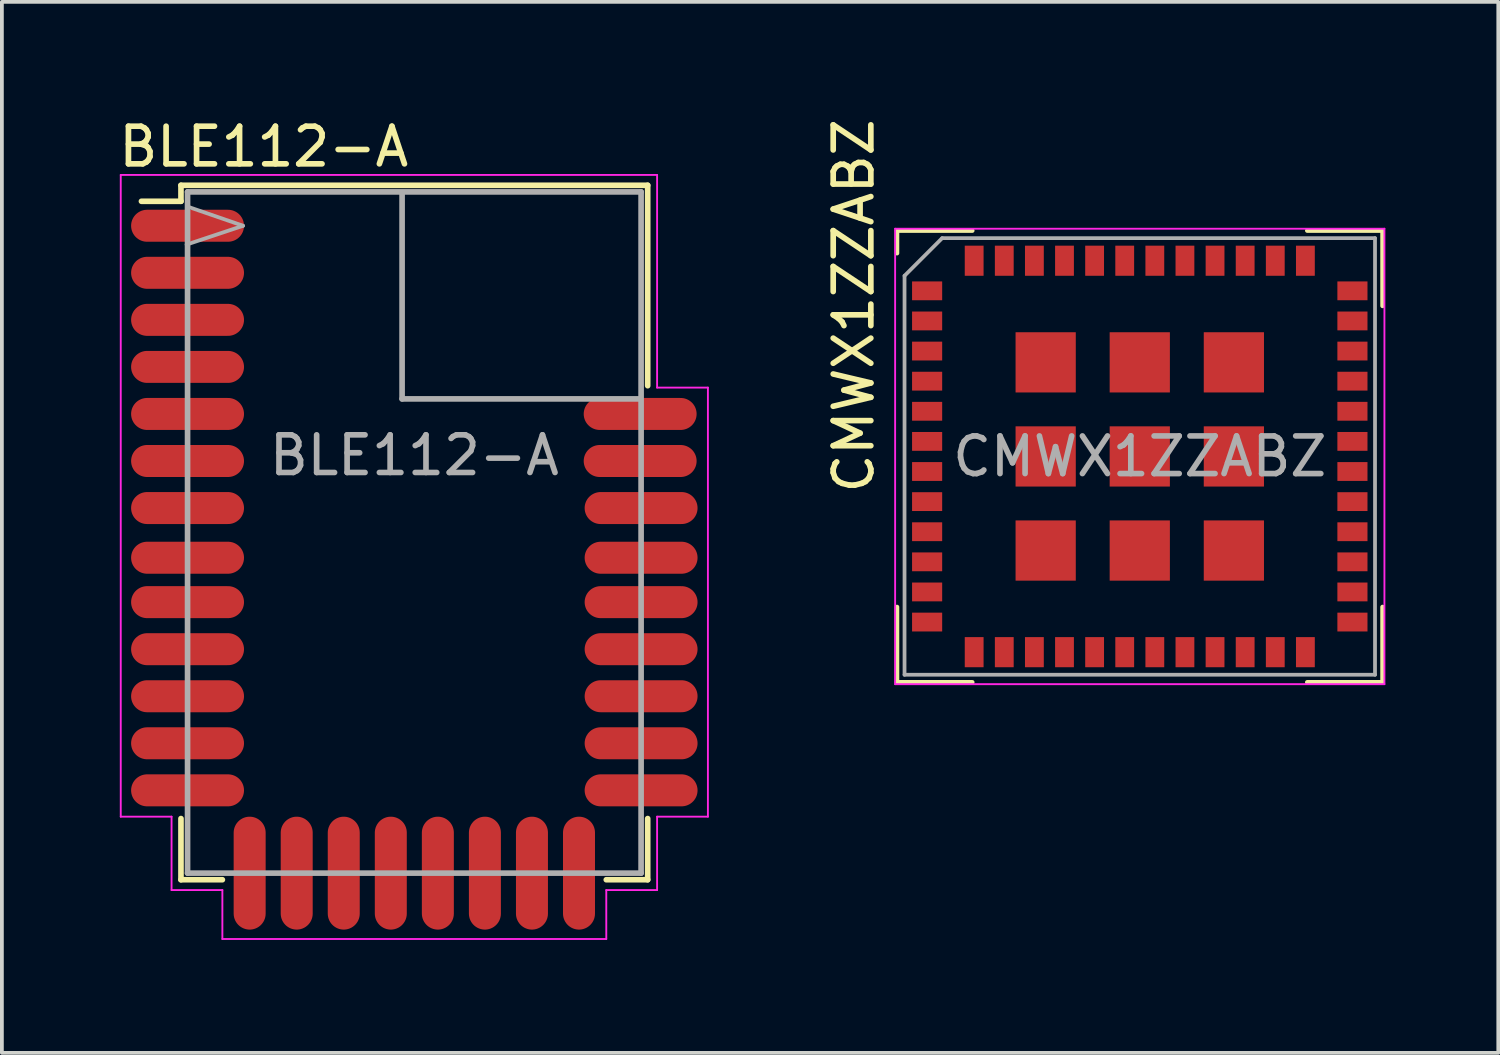
<source format=kicad_pcb>
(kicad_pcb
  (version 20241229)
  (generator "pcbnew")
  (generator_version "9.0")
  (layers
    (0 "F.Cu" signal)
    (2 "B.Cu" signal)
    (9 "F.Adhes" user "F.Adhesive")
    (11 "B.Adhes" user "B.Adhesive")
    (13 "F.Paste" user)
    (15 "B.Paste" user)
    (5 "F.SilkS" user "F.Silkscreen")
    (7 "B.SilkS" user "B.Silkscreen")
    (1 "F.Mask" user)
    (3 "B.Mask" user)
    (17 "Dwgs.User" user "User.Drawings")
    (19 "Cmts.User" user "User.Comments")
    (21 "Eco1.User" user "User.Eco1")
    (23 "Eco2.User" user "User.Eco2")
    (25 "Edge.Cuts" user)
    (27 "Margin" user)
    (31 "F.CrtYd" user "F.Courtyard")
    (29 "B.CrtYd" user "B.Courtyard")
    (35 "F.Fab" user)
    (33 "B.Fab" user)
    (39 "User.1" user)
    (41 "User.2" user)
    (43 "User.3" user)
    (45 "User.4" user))
  (footprint "BLE112-A"
    (layer "F.Cu")
    (at 7.958 11.548)
    (property "Reference" "BLE112-A" (at -4 -10.7 0) (layer "F.SilkS") (effects (font (size 1 1) (thickness 0.15))))
    (attr smd)
    (fp_line (start -6.2 -9.675) (end -6.2 -9.25) (stroke (width 0.15) (type solid)) (layer "F.SilkS"))
    (fp_line (start -6.2 -9.25) (end -7.25 -9.25) (stroke (width 0.15) (type solid)) (layer "F.SilkS"))
    (fp_line (start -6.2 8.775) (end -6.2 7.15) (stroke (width 0.15) (type solid)) (layer "F.SilkS"))
    (fp_line (start -5.1 8.775) (end -6.2 8.775) (stroke (width 0.15) (type solid)) (layer "F.SilkS"))
    (fp_line (start 5.1 8.775) (end 6.2 8.775) (stroke (width 0.15) (type solid)) (layer "F.SilkS"))
    (fp_line (start 6.2 -9.675) (end -6.2 -9.675) (stroke (width 0.15) (type solid)) (layer "F.SilkS"))
    (fp_line (start 6.2 -4.35) (end 6.2 -9.675) (stroke (width 0.15) (type solid)) (layer "F.SilkS"))
    (fp_line (start 6.2 8.775) (end 6.2 7.15) (stroke (width 0.15) (type solid)) (layer "F.SilkS"))
    (fp_line (start -7.8 -9.95) (end -7.8 7.1) (stroke (width 0.05) (type solid)) (layer "F.CrtYd"))
    (fp_line (start -7.8 7.1) (end -6.45 7.1) (stroke (width 0.05) (type solid)) (layer "F.CrtYd"))
    (fp_line (start -6.45 7.1) (end -6.45 9.05) (stroke (width 0.05) (type solid)) (layer "F.CrtYd"))
    (fp_line (start -6.45 9.05) (end -5.1 9.05) (stroke (width 0.05) (type solid)) (layer "F.CrtYd"))
    (fp_line (start -5.1 9.05) (end -5.1 10.35) (stroke (width 0.05) (type solid)) (layer "F.CrtYd"))
    (fp_line (start -5.1 10.35) (end 5.1 10.35) (stroke (width 0.05) (type solid)) (layer "F.CrtYd"))
    (fp_line (start 5.1 9.05) (end 6.45 9.05) (stroke (width 0.05) (type solid)) (layer "F.CrtYd"))
    (fp_line (start 5.1 10.35) (end 5.1 9.05) (stroke (width 0.05) (type solid)) (layer "F.CrtYd"))
    (fp_line (start 6.45 -9.95) (end -7.8 -9.95) (stroke (width 0.05) (type solid)) (layer "F.CrtYd"))
    (fp_line (start 6.45 -4.3) (end 6.45 -9.95) (stroke (width 0.05) (type solid)) (layer "F.CrtYd"))
    (fp_line (start 6.45 7.1) (end 7.8 7.1) (stroke (width 0.05) (type solid)) (layer "F.CrtYd"))
    (fp_line (start 6.45 9.05) (end 6.45 7.1) (stroke (width 0.05) (type solid)) (layer "F.CrtYd"))
    (fp_line (start 7.8 -4.3) (end 6.45 -4.3) (stroke (width 0.05) (type solid)) (layer "F.CrtYd"))
    (fp_line (start 7.8 7.1) (end 7.8 -4.3) (stroke (width 0.05) (type solid)) (layer "F.CrtYd"))
    (fp_line (start -6.025 -9.5) (end -6.025 8.6) (stroke (width 0.15) (type solid)) (layer "F.Fab"))
    (fp_line (start -6.025 8.6) (end 6.025 8.6) (stroke (width 0.15) (type solid)) (layer "F.Fab"))
    (fp_line (start -6 -9.1) (end -4.55 -8.6) (stroke (width 0.1) (type solid)) (layer "F.Fab"))
    (fp_line (start -4.55 -8.6) (end -6.05 -8.1) (stroke (width 0.1) (type solid)) (layer "F.Fab"))
    (fp_line (start -0.325 -4) (end -0.325 -9.45) (stroke (width 0.15) (type solid)) (layer "F.Fab"))
    (fp_line (start 6 -4) (end -0.325 -4) (stroke (width 0.15) (type solid)) (layer "F.Fab"))
    (fp_line (start 6.025 -9.5) (end -6.025 -9.5) (stroke (width 0.15) (type solid)) (layer "F.Fab"))
    (fp_line (start 6.025 8.6) (end 6.025 -9.5) (stroke (width 0.15) (type solid)) (layer "F.Fab"))
    (fp_text user "${REFERENCE}" (at 0 -2.5 0) (layer "F.Fab") (effects (font (size 1 1) (thickness 0.15))))
    (pad "1" smd oval (at -6.025 -8.6) (size 3 0.85) (layers "F.Cu" "F.Mask" "F.Paste"))
    (pad "2" smd oval (at -6.025 -7.35) (size 3 0.85) (layers "F.Cu" "F.Mask" "F.Paste"))
    (pad "3" smd oval (at -6.025 -6.1) (size 3 0.85) (layers "F.Cu" "F.Mask" "F.Paste"))
    (pad "4" smd oval (at -6.025 -4.85) (size 3 0.85) (layers "F.Cu" "F.Mask" "F.Paste"))
    (pad "5" smd oval (at -6.025 -3.6) (size 3 0.85) (layers "F.Cu" "F.Mask" "F.Paste"))
    (pad "6" smd oval (at -6.025 -2.35) (size 3 0.85) (layers "F.Cu" "F.Mask" "F.Paste"))
    (pad "7" smd oval (at -6.025 -1.1) (size 3 0.85) (layers "F.Cu" "F.Mask" "F.Paste"))
    (pad "8" smd oval (at -6.025 0.22) (size 3 0.85) (layers "F.Cu" "F.Mask" "F.Paste"))
    (pad "9" smd oval (at -6.025 1.4) (size 3 0.85) (layers "F.Cu" "F.Mask" "F.Paste"))
    (pad "10" smd oval (at -6.025 2.65) (size 3 0.85) (layers "F.Cu" "F.Mask" "F.Paste"))
    (pad "11" smd oval (at -6.025 3.9) (size 3 0.85) (layers "F.Cu" "F.Mask" "F.Paste"))
    (pad "12" smd oval (at -6.025 5.15) (size 3 0.85) (layers "F.Cu" "F.Mask" "F.Paste"))
    (pad "13" smd oval (at -6.025 6.4) (size 3 0.85) (layers "F.Cu" "F.Mask" "F.Paste"))
    (pad "14" smd oval (at -4.375 8.6 90) (size 3 0.85) (layers "F.Cu" "F.Mask" "F.Paste"))
    (pad "15" smd oval (at -3.125 8.6 90) (size 3 0.85) (layers "F.Cu" "F.Mask" "F.Paste"))
    (pad "16" smd oval (at -1.875 8.6 90) (size 3 0.85) (layers "F.Cu" "F.Mask" "F.Paste"))
    (pad "17" smd oval (at -0.625 8.6 90) (size 3 0.85) (layers "F.Cu" "F.Mask" "F.Paste"))
    (pad "18" smd oval (at 0.625 8.6 90) (size 3 0.85) (layers "F.Cu" "F.Mask" "F.Paste"))
    (pad "19" smd oval (at 1.875 8.6 90) (size 3 0.85) (layers "F.Cu" "F.Mask" "F.Paste"))
    (pad "20" smd oval (at 3.125 8.6 90) (size 3 0.85) (layers "F.Cu" "F.Mask" "F.Paste"))
    (pad "21" smd oval (at 4.375 8.6 90) (size 3 0.85) (layers "F.Cu" "F.Mask" "F.Paste"))
    (pad "22" smd oval (at 6.025 6.4) (size 3 0.85) (layers "F.Cu" "F.Mask" "F.Paste"))
    (pad "23" smd oval (at 6.025 5.15) (size 3 0.85) (layers "F.Cu" "F.Mask" "F.Paste"))
    (pad "24" smd oval (at 6.025 3.9) (size 3 0.85) (layers "F.Cu" "F.Mask" "F.Paste"))
    (pad "25" smd oval (at 6.025 2.65) (size 3 0.85) (layers "F.Cu" "F.Mask" "F.Paste"))
    (pad "26" smd oval (at 6.025 1.4) (size 3 0.85) (layers "F.Cu" "F.Mask" "F.Paste"))
    (pad "27" smd oval (at 6.025 0.22) (size 3 0.85) (layers "F.Cu" "F.Mask" "F.Paste"))
    (pad "28" smd oval (at 6.025 -1.1) (size 3 0.85) (layers "F.Cu" "F.Mask" "F.Paste"))
    (pad "29" smd oval (at 6 -2.35) (size 3 0.85) (layers "F.Cu" "F.Mask" "F.Paste"))
    (pad "30" smd oval (at 6 -3.6) (size 3 0.85) (layers "F.Cu" "F.Mask" "F.Paste")))
  (footprint "CMWX1ZZABZ"
    (layer "F.Cu")
    (at 27.232 9.077)
    (property "Reference" "CMWX1ZZABZ" (at -7.6 -4 270) (layer "F.SilkS") (effects (font (size 1 1) (thickness 0.15))))
    (attr smd)
    (fp_line (start -6.45 -6) (end -6.45 -5.4) (stroke (width 0.12) (type solid)) (layer "F.SilkS"))
    (fp_line (start -6.45 -6) (end -4.45 -6) (stroke (width 0.12) (type solid)) (layer "F.SilkS"))
    (fp_line (start -6.45 4) (end -6.45 6) (stroke (width 0.12) (type solid)) (layer "F.SilkS"))
    (fp_line (start -6.45 6) (end -4.45 6) (stroke (width 0.12) (type solid)) (layer "F.SilkS"))
    (fp_line (start 4.45 -6) (end 6.45 -6) (stroke (width 0.12) (type solid)) (layer "F.SilkS"))
    (fp_line (start 4.45 6) (end 6.45 6) (stroke (width 0.12) (type solid)) (layer "F.SilkS"))
    (fp_line (start 6.45 -6) (end 6.45 -4) (stroke (width 0.12) (type solid)) (layer "F.SilkS"))
    (fp_line (start 6.45 4) (end 6.45 6) (stroke (width 0.12) (type solid)) (layer "F.SilkS"))
    (fp_line (start -6.5 -6.05) (end 6.5 -6.05) (stroke (width 0.05) (type solid)) (layer "F.CrtYd"))
    (fp_line (start -6.5 6.05) (end -6.5 -6.05) (stroke (width 0.05) (type solid)) (layer "F.CrtYd"))
    (fp_line (start -6.5 6.05) (end 6.5 6.05) (stroke (width 0.05) (type solid)) (layer "F.CrtYd"))
    (fp_line (start 6.5 -6.05) (end 6.5 6.05) (stroke (width 0.05) (type solid)) (layer "F.CrtYd"))
    (fp_line (start -6.25 -4.8) (end -6.25 5.8) (stroke (width 0.1) (type solid)) (layer "F.Fab"))
    (fp_line (start -6.25 5.8) (end 6.25 5.8) (stroke (width 0.1) (type solid)) (layer "F.Fab"))
    (fp_line (start -5.25 -5.8) (end -6.25 -4.8) (stroke (width 0.1) (type solid)) (layer "F.Fab"))
    (fp_line (start -5.25 -5.8) (end 6.25 -5.8) (stroke (width 0.1) (type solid)) (layer "F.Fab"))
    (fp_line (start 6.25 -5.8) (end 6.25 5.8) (stroke (width 0.1) (type solid)) (layer "F.Fab"))
    (fp_text user "${REFERENCE}" (at 0 0 0) (layer "F.Fab") (effects (font (size 1 1) (thickness 0.15))))
    (pad "1" smd rect (at -5.65 -4.4) (size 0.8 0.5) (layers "F.Cu" "F.Mask" "F.Paste"))
    (pad "2" smd rect (at -5.65 -3.6) (size 0.8 0.5) (layers "F.Cu" "F.Mask" "F.Paste"))
    (pad "3" smd rect (at -5.65 -2.8) (size 0.8 0.5) (layers "F.Cu" "F.Mask" "F.Paste"))
    (pad "4" smd rect (at -5.65 -2) (size 0.8 0.5) (layers "F.Cu" "F.Mask" "F.Paste"))
    (pad "5" smd rect (at -5.65 -1.2) (size 0.8 0.5) (layers "F.Cu" "F.Mask" "F.Paste"))
    (pad "6" smd rect (at -5.65 -0.4) (size 0.8 0.5) (layers "F.Cu" "F.Mask" "F.Paste"))
    (pad "7" smd rect (at -5.65 0.4) (size 0.8 0.5) (layers "F.Cu" "F.Mask" "F.Paste"))
    (pad "8" smd rect (at -5.65 1.2) (size 0.8 0.5) (layers "F.Cu" "F.Mask" "F.Paste"))
    (pad "9" smd rect (at -5.65 2) (size 0.8 0.5) (layers "F.Cu" "F.Mask" "F.Paste"))
    (pad "10" smd rect (at -5.65 2.8) (size 0.8 0.5) (layers "F.Cu" "F.Mask" "F.Paste"))
    (pad "11" smd rect (at -5.65 3.6) (size 0.8 0.5) (layers "F.Cu" "F.Mask" "F.Paste"))
    (pad "12" smd rect (at -5.65 4.4) (size 0.8 0.5) (layers "F.Cu" "F.Mask" "F.Paste"))
    (pad "13" smd rect (at -4.4 5.2 90) (size 0.8 0.5) (layers "F.Cu" "F.Mask" "F.Paste"))
    (pad "14" smd rect (at -3.6 5.2 90) (size 0.8 0.5) (layers "F.Cu" "F.Mask" "F.Paste"))
    (pad "15" smd rect (at -2.8 5.2 90) (size 0.8 0.5) (layers "F.Cu" "F.Mask" "F.Paste"))
    (pad "16" smd rect (at -2 5.2 90) (size 0.8 0.5) (layers "F.Cu" "F.Mask" "F.Paste"))
    (pad "17" smd rect (at -1.2 5.2 90) (size 0.8 0.5) (layers "F.Cu" "F.Mask" "F.Paste"))
    (pad "18" smd rect (at -0.4 5.2 90) (size 0.8 0.5) (layers "F.Cu" "F.Mask" "F.Paste"))
    (pad "19" smd rect (at 0.4 5.2 90) (size 0.8 0.5) (layers "F.Cu" "F.Mask" "F.Paste"))
    (pad "20" smd rect (at 1.2 5.2 270) (size 0.8 0.5) (layers "F.Cu" "F.Mask" "F.Paste"))
    (pad "21" smd rect (at 2 5.2 270) (size 0.8 0.5) (layers "F.Cu" "F.Mask" "F.Paste"))
    (pad "22" smd rect (at 2.8 5.2 270) (size 0.8 0.5) (layers "F.Cu" "F.Mask" "F.Paste"))
    (pad "23" smd rect (at 3.6 5.2 270) (size 0.8 0.5) (layers "F.Cu" "F.Mask" "F.Paste"))
    (pad "24" smd rect (at 4.4 5.2 270) (size 0.8 0.5) (layers "F.Cu" "F.Mask" "F.Paste"))
    (pad "25" smd rect (at 5.65 4.4) (size 0.8 0.5) (layers "F.Cu" "F.Mask" "F.Paste"))
    (pad "26" smd rect (at 5.65 3.6) (size 0.8 0.5) (layers "F.Cu" "F.Mask" "F.Paste"))
    (pad "27" smd rect (at 5.65 2.8) (size 0.8 0.5) (layers "F.Cu" "F.Mask" "F.Paste"))
    (pad "28" smd rect (at 5.65 2) (size 0.8 0.5) (layers "F.Cu" "F.Mask" "F.Paste"))
    (pad "29" smd rect (at 5.65 1.2) (size 0.8 0.5) (layers "F.Cu" "F.Mask" "F.Paste"))
    (pad "30" smd rect (at 5.65 0.4) (size 0.8 0.5) (layers "F.Cu" "F.Mask" "F.Paste"))
    (pad "31" smd rect (at 5.65 -0.4) (size 0.8 0.5) (layers "F.Cu" "F.Mask" "F.Paste"))
    (pad "32" smd rect (at 5.65 -1.2) (size 0.8 0.5) (layers "F.Cu" "F.Mask" "F.Paste"))
    (pad "33" smd rect (at 5.65 -2) (size 0.8 0.5) (layers "F.Cu" "F.Mask" "F.Paste"))
    (pad "34" smd rect (at 5.65 -2.8) (size 0.8 0.5) (layers "F.Cu" "F.Mask" "F.Paste"))
    (pad "35" smd rect (at 5.65 -3.6) (size 0.8 0.5) (layers "F.Cu" "F.Mask" "F.Paste"))
    (pad "36" smd rect (at 5.65 -4.4) (size 0.8 0.5) (layers "F.Cu" "F.Mask" "F.Paste"))
    (pad "37" smd rect (at 4.4 -5.2 90) (size 0.8 0.5) (layers "F.Cu" "F.Mask" "F.Paste"))
    (pad "38" smd rect (at 3.6 -5.2 90) (size 0.8 0.5) (layers "F.Cu" "F.Mask" "F.Paste"))
    (pad "39" smd rect (at 2.8 -5.2 90) (size 0.8 0.5) (layers "F.Cu" "F.Mask" "F.Paste"))
    (pad "40" smd rect (at 2 -5.2 90) (size 0.8 0.5) (layers "F.Cu" "F.Mask" "F.Paste"))
    (pad "41" smd rect (at 1.2 -5.2 90) (size 0.8 0.5) (layers "F.Cu" "F.Mask" "F.Paste"))
    (pad "42" smd rect (at 0.4 -5.2 90) (size 0.8 0.5) (layers "F.Cu" "F.Mask" "F.Paste"))
    (pad "43" smd rect (at -0.4 -5.2 90) (size 0.8 0.5) (layers "F.Cu" "F.Mask" "F.Paste"))
    (pad "44" smd rect (at -1.2 -5.2 90) (size 0.8 0.5) (layers "F.Cu" "F.Mask" "F.Paste"))
    (pad "45" smd rect (at -2 -5.2 90) (size 0.8 0.5) (layers "F.Cu" "F.Mask" "F.Paste"))
    (pad "46" smd rect (at -2.8 -5.2 90) (size 0.8 0.5) (layers "F.Cu" "F.Mask" "F.Paste"))
    (pad "47" smd rect (at -3.6 -5.2 90) (size 0.8 0.5) (layers "F.Cu" "F.Mask" "F.Paste"))
    (pad "48" smd rect (at -4.4 -5.2 90) (size 0.8 0.5) (layers "F.Cu" "F.Mask" "F.Paste"))
    (pad "49" smd rect (at -2.5 -2.5 90) (size 1.6 1.6) (layers "F.Cu" "F.Mask" "F.Paste"))
    (pad "50" smd rect (at 0 -2.5 90) (size 1.6 1.6) (layers "F.Cu" "F.Mask" "F.Paste"))
    (pad "51" smd rect (at 2.5 -2.5 90) (size 1.6 1.6) (layers "F.Cu" "F.Mask" "F.Paste"))
    (pad "52" smd rect (at -2.5 0 90) (size 1.6 1.6) (layers "F.Cu" "F.Mask" "F.Paste"))
    (pad "53" smd rect (at 0 0 90) (size 1.6 1.6) (layers "F.Cu" "F.Mask" "F.Paste"))
    (pad "54" smd rect (at 2.5 0 90) (size 1.6 1.6) (layers "F.Cu" "F.Mask" "F.Paste"))
    (pad "55" smd rect (at -2.5 2.5 90) (size 1.6 1.6) (layers "F.Cu" "F.Mask" "F.Paste"))
    (pad "56" smd rect (at 0 2.5 90) (size 1.6 1.6) (layers "F.Cu" "F.Mask" "F.Paste"))
    (pad "57" smd rect (at 2.5 2.5 90) (size 1.6 1.6) (layers "F.Cu" "F.Mask" "F.Paste")))
  (gr_rect
    (start -3 -3)
    (end 36.757 24.923)
    (stroke (width 0.1) (type default))
    (fill no)
    (layer "Edge.Cuts")))
</source>
